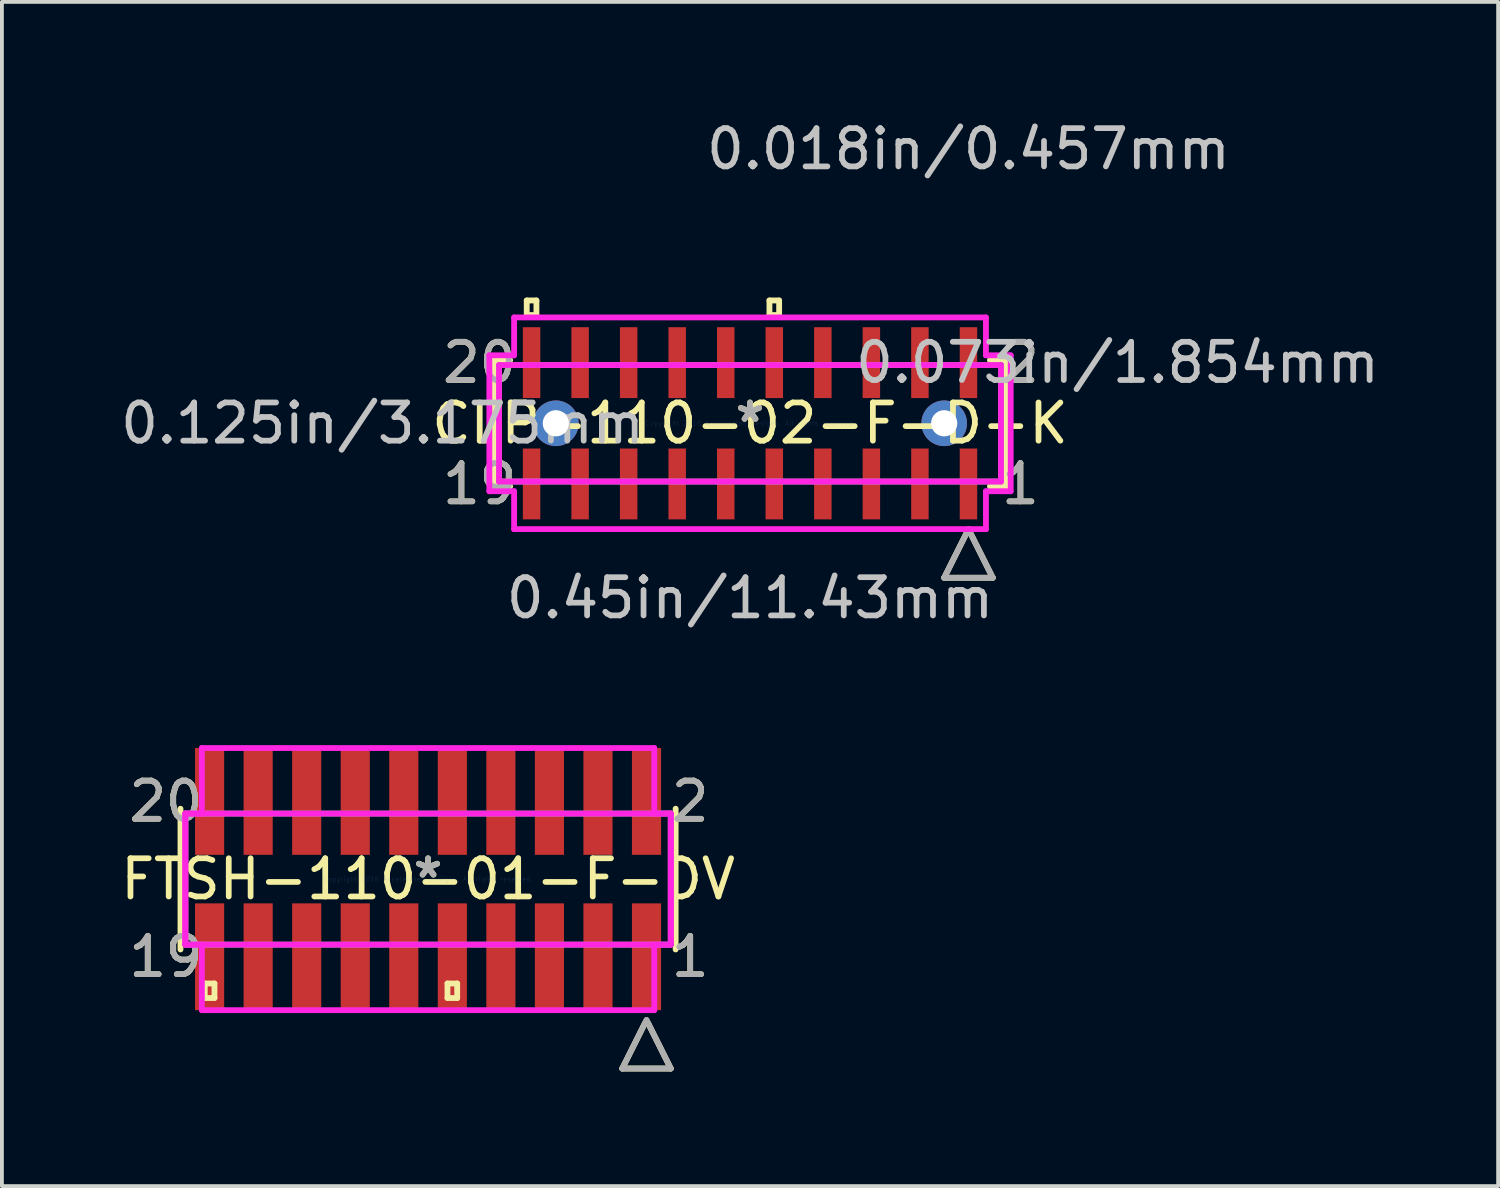
<source format=kicad_pcb>
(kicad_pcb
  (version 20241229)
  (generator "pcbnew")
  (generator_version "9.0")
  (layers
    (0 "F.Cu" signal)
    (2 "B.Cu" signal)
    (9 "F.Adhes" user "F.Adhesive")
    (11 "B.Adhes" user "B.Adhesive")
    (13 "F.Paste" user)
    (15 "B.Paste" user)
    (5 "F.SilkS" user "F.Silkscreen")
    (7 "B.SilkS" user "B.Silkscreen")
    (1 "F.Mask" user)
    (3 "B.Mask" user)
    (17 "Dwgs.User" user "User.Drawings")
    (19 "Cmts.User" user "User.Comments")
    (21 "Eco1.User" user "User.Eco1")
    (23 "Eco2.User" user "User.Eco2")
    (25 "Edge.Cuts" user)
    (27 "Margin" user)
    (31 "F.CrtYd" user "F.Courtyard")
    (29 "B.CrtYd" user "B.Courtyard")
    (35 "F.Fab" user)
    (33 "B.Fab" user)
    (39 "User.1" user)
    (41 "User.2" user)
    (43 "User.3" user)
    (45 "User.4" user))
  (footprint "FTSH-110-01-F-DV"
    (layer "F.Cu")
    (at 8.149 19.949)
    (property "Reference" "FTSH-110-01-F-DV" (at 0 0 0) (layer "F.SilkS") (effects (font (size 1 1) (thickness 0.15))))
    (attr through_hole)
    (fp_line (start -6.477 -1.841) (end -6.477 1.841) (stroke (width 0.152) (type solid)) (layer "F.SilkS"))
    (fp_line (start -5.842 2.731) (end -5.842 3.111) (stroke (width 0.152) (type solid)) (layer "F.SilkS"))
    (fp_line (start -5.842 3.111) (end -5.588 3.111) (stroke (width 0.152) (type solid)) (layer "F.SilkS"))
    (fp_line (start -5.588 2.731) (end -5.842 2.731) (stroke (width 0.152) (type solid)) (layer "F.SilkS"))
    (fp_line (start -5.588 3.111) (end -5.588 2.731) (stroke (width 0.152) (type solid)) (layer "F.SilkS"))
    (fp_line (start 0.508 2.731) (end 0.508 3.111) (stroke (width 0.152) (type solid)) (layer "F.SilkS"))
    (fp_line (start 0.508 3.111) (end 0.762 3.111) (stroke (width 0.152) (type solid)) (layer "F.SilkS"))
    (fp_line (start 0.762 2.731) (end 0.508 2.731) (stroke (width 0.152) (type solid)) (layer "F.SilkS"))
    (fp_line (start 0.762 3.111) (end 0.762 2.731) (stroke (width 0.152) (type solid)) (layer "F.SilkS"))
    (fp_line (start 5.08 4.956) (end 6.35 4.956) (stroke (width 0.152) (type solid)) (layer "F.SilkS"))
    (fp_line (start 5.677 3.762) (end 5.08 4.956) (stroke (width 0.152) (type solid)) (layer "F.SilkS"))
    (fp_line (start 6.35 4.956) (end 5.753 3.762) (stroke (width 0.152) (type solid)) (layer "F.SilkS"))
    (fp_line (start 6.477 1.841) (end 6.477 -1.841) (stroke (width 0.152) (type solid)) (layer "F.SilkS"))
    (fp_line (start -6.35 -1.714) (end -5.918 -1.714) (stroke (width 0.152) (type solid)) (layer "F.CrtYd"))
    (fp_line (start -6.35 -1.714) (end 6.35 -1.714) (stroke (width 0.152) (type solid)) (layer "F.CrtYd"))
    (fp_line (start -6.35 1.714) (end -6.35 -1.714) (stroke (width 0.152) (type solid)) (layer "F.CrtYd"))
    (fp_line (start -6.35 1.714) (end -6.35 -1.714) (stroke (width 0.152) (type solid)) (layer "F.CrtYd"))
    (fp_line (start -5.918 -3.429) (end 5.918 -3.429) (stroke (width 0.152) (type solid)) (layer "F.CrtYd"))
    (fp_line (start -5.918 -1.714) (end -5.918 -3.429) (stroke (width 0.152) (type solid)) (layer "F.CrtYd"))
    (fp_line (start -5.918 1.714) (end -6.35 1.714) (stroke (width 0.152) (type solid)) (layer "F.CrtYd"))
    (fp_line (start -5.918 3.429) (end -5.918 1.714) (stroke (width 0.152) (type solid)) (layer "F.CrtYd"))
    (fp_line (start 5.918 -3.429) (end 5.918 -1.714) (stroke (width 0.152) (type solid)) (layer "F.CrtYd"))
    (fp_line (start 5.918 -1.714) (end 6.35 -1.714) (stroke (width 0.152) (type solid)) (layer "F.CrtYd"))
    (fp_line (start 5.918 1.714) (end 5.918 3.429) (stroke (width 0.152) (type solid)) (layer "F.CrtYd"))
    (fp_line (start 5.918 3.429) (end -5.918 3.429) (stroke (width 0.152) (type solid)) (layer "F.CrtYd"))
    (fp_line (start 6.35 -1.714) (end 6.35 1.714) (stroke (width 0.152) (type solid)) (layer "F.CrtYd"))
    (fp_line (start 6.35 -1.714) (end 6.35 1.714) (stroke (width 0.152) (type solid)) (layer "F.CrtYd"))
    (fp_line (start 6.35 1.714) (end -6.35 1.714) (stroke (width 0.152) (type solid)) (layer "F.CrtYd"))
    (fp_line (start 6.35 1.714) (end 5.918 1.714) (stroke (width 0.152) (type solid)) (layer "F.CrtYd"))
    (fp_line (start -6.35 -1.714) (end -6.35 1.714) (stroke (width 0.152) (type solid)) (layer "F.Fab"))
    (fp_line (start -6.35 1.714) (end 6.35 1.714) (stroke (width 0.152) (type solid)) (layer "F.Fab"))
    (fp_line (start 5.08 4.956) (end 6.35 4.956) (stroke (width 0.152) (type solid)) (layer "F.Fab"))
    (fp_line (start 5.715 3.686) (end 5.08 4.956) (stroke (width 0.152) (type solid)) (layer "F.Fab"))
    (fp_line (start 6.35 -1.714) (end -6.35 -1.714) (stroke (width 0.152) (type solid)) (layer "F.Fab"))
    (fp_line (start 6.35 1.714) (end 6.35 -1.714) (stroke (width 0.152) (type solid)) (layer "F.Fab"))
    (fp_line (start 6.35 4.956) (end 5.715 3.686) (stroke (width 0.152) (type solid)) (layer "F.Fab"))
    (fp_text user "19" (at -6.858 2.032 0) (layer "F.SilkS") (effects (font (size 1 1) (thickness 0.15))))
    (fp_text user "2" (at 6.858 -2.032 0) (layer "F.SilkS") (effects (font (size 1 1) (thickness 0.15))))
    (fp_text user "1" (at 6.858 2.032 0) (layer "F.SilkS") (effects (font (size 1 1) (thickness 0.15))))
    (fp_text user "20" (at -6.858 -2.032 0) (layer "F.SilkS") (effects (font (size 1 1) (thickness 0.15))))
    (fp_text user "*" (at 0 0 0) (layer "F.SilkS") (effects (font (size 1 1) (thickness 0.15))))
    (fp_text user "Copyright 2016 Accelerated Designs. All rights reserved." (at 0 0 0) (layer "Cmts.User") (effects (font (size 0.127 0.127) (thickness 0.002))))
    (fp_text user "*" (at 0 0 0) (layer "F.Fab") (effects (font (size 1 1) (thickness 0.15))))
    (fp_text user "1" (at 6.858 2.032 0) (layer "F.Fab") (effects (font (size 1 1) (thickness 0.15))))
    (fp_text user "2" (at 6.858 -2.032 0) (layer "F.Fab") (effects (font (size 1 1) (thickness 0.15))))
    (fp_text user "20" (at -6.858 -2.032 0) (layer "F.Fab") (effects (font (size 1 1) (thickness 0.15))))
    (fp_text user "19" (at -6.858 2.032 0) (layer "F.Fab") (effects (font (size 1 1) (thickness 0.15))))
    (pad "1" smd rect (at 5.715 2.032) (size 0.762 2.794) (layers "F.Cu" "F.Mask" "F.Paste"))
    (pad "2" smd rect (at 5.715 -2.032) (size 0.762 2.794) (layers "F.Cu" "F.Mask" "F.Paste"))
    (pad "3" smd rect (at 4.445 2.032) (size 0.762 2.794) (layers "F.Cu" "F.Mask" "F.Paste"))
    (pad "4" smd rect (at 4.445 -2.032) (size 0.762 2.794) (layers "F.Cu" "F.Mask" "F.Paste"))
    (pad "5" smd rect (at 3.175 2.032) (size 0.762 2.794) (layers "F.Cu" "F.Mask" "F.Paste"))
    (pad "6" smd rect (at 3.175 -2.032) (size 0.762 2.794) (layers "F.Cu" "F.Mask" "F.Paste"))
    (pad "7" smd rect (at 1.905 2.032) (size 0.762 2.794) (layers "F.Cu" "F.Mask" "F.Paste"))
    (pad "8" smd rect (at 1.905 -2.032) (size 0.762 2.794) (layers "F.Cu" "F.Mask" "F.Paste"))
    (pad "9" smd rect (at 0.635 2.032) (size 0.762 2.794) (layers "F.Cu" "F.Mask" "F.Paste"))
    (pad "10" smd rect (at 0.635 -2.032) (size 0.762 2.794) (layers "F.Cu" "F.Mask" "F.Paste"))
    (pad "11" smd rect (at -0.635 2.032) (size 0.762 2.794) (layers "F.Cu" "F.Mask" "F.Paste"))
    (pad "12" smd rect (at -0.635 -2.032) (size 0.762 2.794) (layers "F.Cu" "F.Mask" "F.Paste"))
    (pad "13" smd rect (at -1.905 2.032) (size 0.762 2.794) (layers "F.Cu" "F.Mask" "F.Paste"))
    (pad "14" smd rect (at -1.905 -2.032) (size 0.762 2.794) (layers "F.Cu" "F.Mask" "F.Paste"))
    (pad "15" smd rect (at -3.175 2.032) (size 0.762 2.794) (layers "F.Cu" "F.Mask" "F.Paste"))
    (pad "16" smd rect (at -3.175 -2.032) (size 0.762 2.794) (layers "F.Cu" "F.Mask" "F.Paste"))
    (pad "17" smd rect (at -4.445 2.032) (size 0.762 2.794) (layers "F.Cu" "F.Mask" "F.Paste"))
    (pad "18" smd rect (at -4.445 -2.032) (size 0.762 2.794) (layers "F.Cu" "F.Mask" "F.Paste"))
    (pad "19" smd rect (at -5.715 2.032) (size 0.762 2.794) (layers "F.Cu" "F.Mask" "F.Paste"))
    (pad "20" smd rect (at -5.715 -2.032) (size 0.762 2.794) (layers "F.Cu" "F.Mask" "F.Paste")))
  (footprint "CLP-110-02-F-D-K"
    (layer "F.Cu")
    (at 16.572 8.024)
    (property "Reference" "CLP-110-02-F-D-K" (at 0 0 0) (layer "F.SilkS") (effects (font (size 1 1) (thickness 0.15))))
    (attr through_hole)
    (fp_line (start -6.693 -1.651) (end -6.693 1.651) (stroke (width 0.152) (type solid)) (layer "F.SilkS"))
    (fp_line (start -6.693 1.651) (end -6.276 1.651) (stroke (width 0.152) (type solid)) (layer "F.SilkS"))
    (fp_line (start -6.276 -1.651) (end -6.693 -1.651) (stroke (width 0.152) (type solid)) (layer "F.SilkS"))
    (fp_line (start -5.842 -3.213) (end -5.842 -2.832) (stroke (width 0.152) (type solid)) (layer "F.SilkS"))
    (fp_line (start -5.842 -2.832) (end -5.588 -2.832) (stroke (width 0.152) (type solid)) (layer "F.SilkS"))
    (fp_line (start -5.588 -3.213) (end -5.842 -3.213) (stroke (width 0.152) (type solid)) (layer "F.SilkS"))
    (fp_line (start -5.588 -2.832) (end -5.588 -3.213) (stroke (width 0.152) (type solid)) (layer "F.SilkS"))
    (fp_line (start 0.508 -3.213) (end 0.508 -2.832) (stroke (width 0.152) (type solid)) (layer "F.SilkS"))
    (fp_line (start 0.508 -2.832) (end 0.762 -2.832) (stroke (width 0.152) (type solid)) (layer "F.SilkS"))
    (fp_line (start 0.762 -3.213) (end 0.508 -3.213) (stroke (width 0.152) (type solid)) (layer "F.SilkS"))
    (fp_line (start 0.762 -2.832) (end 0.762 -3.213) (stroke (width 0.152) (type solid)) (layer "F.SilkS"))
    (fp_line (start 5.08 4.041) (end 6.35 4.041) (stroke (width 0.152) (type solid)) (layer "F.SilkS"))
    (fp_line (start 5.677 2.847) (end 5.08 4.041) (stroke (width 0.152) (type solid)) (layer "F.SilkS"))
    (fp_line (start 6.276 1.651) (end 6.693 1.651) (stroke (width 0.152) (type solid)) (layer "F.SilkS"))
    (fp_line (start 6.35 4.041) (end 5.753 2.847) (stroke (width 0.152) (type solid)) (layer "F.SilkS"))
    (fp_line (start 6.693 -1.651) (end 6.276 -1.651) (stroke (width 0.152) (type solid)) (layer "F.SilkS"))
    (fp_line (start 6.693 1.651) (end 6.693 -1.651) (stroke (width 0.152) (type solid)) (layer "F.SilkS"))
    (fp_line (start -6.82 -1.778) (end -6.172 -1.778) (stroke (width 0.152) (type solid)) (layer "F.CrtYd"))
    (fp_line (start -6.82 1.778) (end -6.82 -1.778) (stroke (width 0.152) (type solid)) (layer "F.CrtYd"))
    (fp_line (start -6.566 -1.524) (end 6.566 -1.524) (stroke (width 0.152) (type solid)) (layer "F.CrtYd"))
    (fp_line (start -6.566 1.524) (end -6.566 -1.524) (stroke (width 0.152) (type solid)) (layer "F.CrtYd"))
    (fp_line (start -6.172 -2.769) (end 6.172 -2.769) (stroke (width 0.152) (type solid)) (layer "F.CrtYd"))
    (fp_line (start -6.172 -1.778) (end -6.172 -2.769) (stroke (width 0.152) (type solid)) (layer "F.CrtYd"))
    (fp_line (start -6.172 1.778) (end -6.82 1.778) (stroke (width 0.152) (type solid)) (layer "F.CrtYd"))
    (fp_line (start -6.172 2.769) (end -6.172 1.778) (stroke (width 0.152) (type solid)) (layer "F.CrtYd"))
    (fp_line (start 6.172 -2.769) (end 6.172 -1.778) (stroke (width 0.152) (type solid)) (layer "F.CrtYd"))
    (fp_line (start 6.172 -1.778) (end 6.82 -1.778) (stroke (width 0.152) (type solid)) (layer "F.CrtYd"))
    (fp_line (start 6.172 1.778) (end 6.172 2.769) (stroke (width 0.152) (type solid)) (layer "F.CrtYd"))
    (fp_line (start 6.172 2.769) (end -6.172 2.769) (stroke (width 0.152) (type solid)) (layer "F.CrtYd"))
    (fp_line (start 6.566 -1.524) (end 6.566 1.524) (stroke (width 0.152) (type solid)) (layer "F.CrtYd"))
    (fp_line (start 6.566 1.524) (end -6.566 1.524) (stroke (width 0.152) (type solid)) (layer "F.CrtYd"))
    (fp_line (start 6.82 -1.778) (end 6.82 1.778) (stroke (width 0.152) (type solid)) (layer "F.CrtYd"))
    (fp_line (start 6.82 1.778) (end 6.172 1.778) (stroke (width 0.152) (type solid)) (layer "F.CrtYd"))
    (fp_line (start -6.566 -1.524) (end -6.566 1.524) (stroke (width 0.152) (type solid)) (layer "F.Fab"))
    (fp_line (start -6.566 1.524) (end 6.566 1.524) (stroke (width 0.152) (type solid)) (layer "F.Fab"))
    (fp_line (start 5.08 4.041) (end 6.35 4.041) (stroke (width 0.152) (type solid)) (layer "F.Fab"))
    (fp_line (start 5.715 2.771) (end 5.08 4.041) (stroke (width 0.152) (type solid)) (layer "F.Fab"))
    (fp_line (start 6.35 4.041) (end 5.715 2.771) (stroke (width 0.152) (type solid)) (layer "F.Fab"))
    (fp_line (start 6.566 -1.524) (end -6.566 -1.524) (stroke (width 0.152) (type solid)) (layer "F.Fab"))
    (fp_line (start 6.566 1.524) (end 6.566 -1.524) (stroke (width 0.152) (type solid)) (layer "F.Fab"))
    (fp_text user "2" (at 7.074 -1.587 0) (layer "F.SilkS") (effects (font (size 1 1) (thickness 0.15))))
    (fp_text user "20" (at -7.074 -1.587 0) (layer "F.SilkS") (effects (font (size 1 1) (thickness 0.15))))
    (fp_text user "19" (at -7.074 1.587 0) (layer "F.SilkS") (effects (font (size 1 1) (thickness 0.15))))
    (fp_text user "1" (at 7.074 1.587 0) (layer "F.SilkS") (effects (font (size 1 1) (thickness 0.15))))
    (fp_text user "*" (at 0 0 0) (layer "F.SilkS") (effects (font (size 1 1) (thickness 0.15))))
    (fp_text user "0.073in/1.854mm" (at 9.614 -1.587 0) (layer "Dwgs.User") (effects (font (size 1 1) (thickness 0.15))))
    (fp_text user "0.125in/3.175mm" (at -9.614 0 0) (layer "Dwgs.User") (effects (font (size 1 1) (thickness 0.15))))
    (fp_text user "0.018in/0.457mm" (at 5.715 -7.176 0) (layer "Dwgs.User") (effects (font (size 1 1) (thickness 0.15))))
    (fp_text user "0.45in/11.43mm" (at 0 4.572 0) (layer "Dwgs.User") (effects (font (size 1 1) (thickness 0.15))))
    (fp_text user "Copyright 2016 Accelerated Designs. All rights reserved." (at 0 0 0) (layer "Cmts.User") (effects (font (size 0.127 0.127) (thickness 0.002))))
    (fp_text user "2" (at 7.074 -1.587 0) (layer "F.Fab") (effects (font (size 1 1) (thickness 0.15))))
    (fp_text user "20" (at -7.074 -1.587 0) (layer "F.Fab") (effects (font (size 1 1) (thickness 0.15))))
    (fp_text user "1" (at 7.074 1.587 0) (layer "F.Fab") (effects (font (size 1 1) (thickness 0.15))))
    (fp_text user "*" (at 0 0 0) (layer "F.Fab") (effects (font (size 1 1) (thickness 0.15))))
    (fp_text user "19" (at -7.074 1.587 0) (layer "F.Fab") (effects (font (size 1 1) (thickness 0.15))))
    (pad "1" smd rect (at 5.715 1.587) (size 0.457 1.854) (layers "F.Cu" "F.Mask" "F.Paste"))
    (pad "2" smd rect (at 5.715 -1.587) (size 0.457 1.854) (layers "F.Cu" "F.Mask" "F.Paste"))
    (pad "3" smd rect (at 4.445 1.587) (size 0.457 1.854) (layers "F.Cu" "F.Mask" "F.Paste"))
    (pad "4" smd rect (at 4.445 -1.587) (size 0.457 1.854) (layers "F.Cu" "F.Mask" "F.Paste"))
    (pad "5" smd rect (at 3.175 1.587) (size 0.457 1.854) (layers "F.Cu" "F.Mask" "F.Paste"))
    (pad "6" smd rect (at 3.175 -1.587) (size 0.457 1.854) (layers "F.Cu" "F.Mask" "F.Paste"))
    (pad "7" smd rect (at 1.905 1.587) (size 0.457 1.854) (layers "F.Cu" "F.Mask" "F.Paste"))
    (pad "8" smd rect (at 1.905 -1.587) (size 0.457 1.854) (layers "F.Cu" "F.Mask" "F.Paste"))
    (pad "9" smd rect (at 0.635 1.587) (size 0.457 1.854) (layers "F.Cu" "F.Mask" "F.Paste"))
    (pad "10" smd rect (at 0.635 -1.587) (size 0.457 1.854) (layers "F.Cu" "F.Mask" "F.Paste"))
    (pad "11" smd rect (at -0.635 1.587) (size 0.457 1.854) (layers "F.Cu" "F.Mask" "F.Paste"))
    (pad "12" smd rect (at -0.635 -1.587) (size 0.457 1.854) (layers "F.Cu" "F.Mask" "F.Paste"))
    (pad "13" smd rect (at -1.905 1.587) (size 0.457 1.854) (layers "F.Cu" "F.Mask" "F.Paste"))
    (pad "14" smd rect (at -1.905 -1.587) (size 0.457 1.854) (layers "F.Cu" "F.Mask" "F.Paste"))
    (pad "15" smd rect (at -3.175 1.587) (size 0.457 1.854) (layers "F.Cu" "F.Mask" "F.Paste"))
    (pad "16" smd rect (at -3.175 -1.587) (size 0.457 1.854) (layers "F.Cu" "F.Mask" "F.Paste"))
    (pad "17" smd rect (at -4.445 1.587) (size 0.457 1.854) (layers "F.Cu" "F.Mask" "F.Paste"))
    (pad "18" smd rect (at -4.445 -1.587) (size 0.457 1.854) (layers "F.Cu" "F.Mask" "F.Paste"))
    (pad "19" smd rect (at -5.715 1.587) (size 0.457 1.854) (layers "F.Cu" "F.Mask" "F.Paste"))
    (pad "20" smd rect (at -5.715 -1.587) (size 0.457 1.854) (layers "F.Cu" "F.Mask" "F.Paste"))
    (pad "21" thru_hole circle (at -5.08 0) (size 1.194 1.194) (drill 0.686) (layers "*.Cu" "*.Mask"))
    (pad "22" thru_hole circle (at 5.08 0) (size 1.194 1.194) (drill 0.686) (layers "*.Cu" "*.Mask")))
  (gr_rect
    (start -3 -3)
    (end 36.144 27.981)
    (stroke (width 0.1) (type default))
    (fill no)
    (layer "Edge.Cuts")))
</source>
